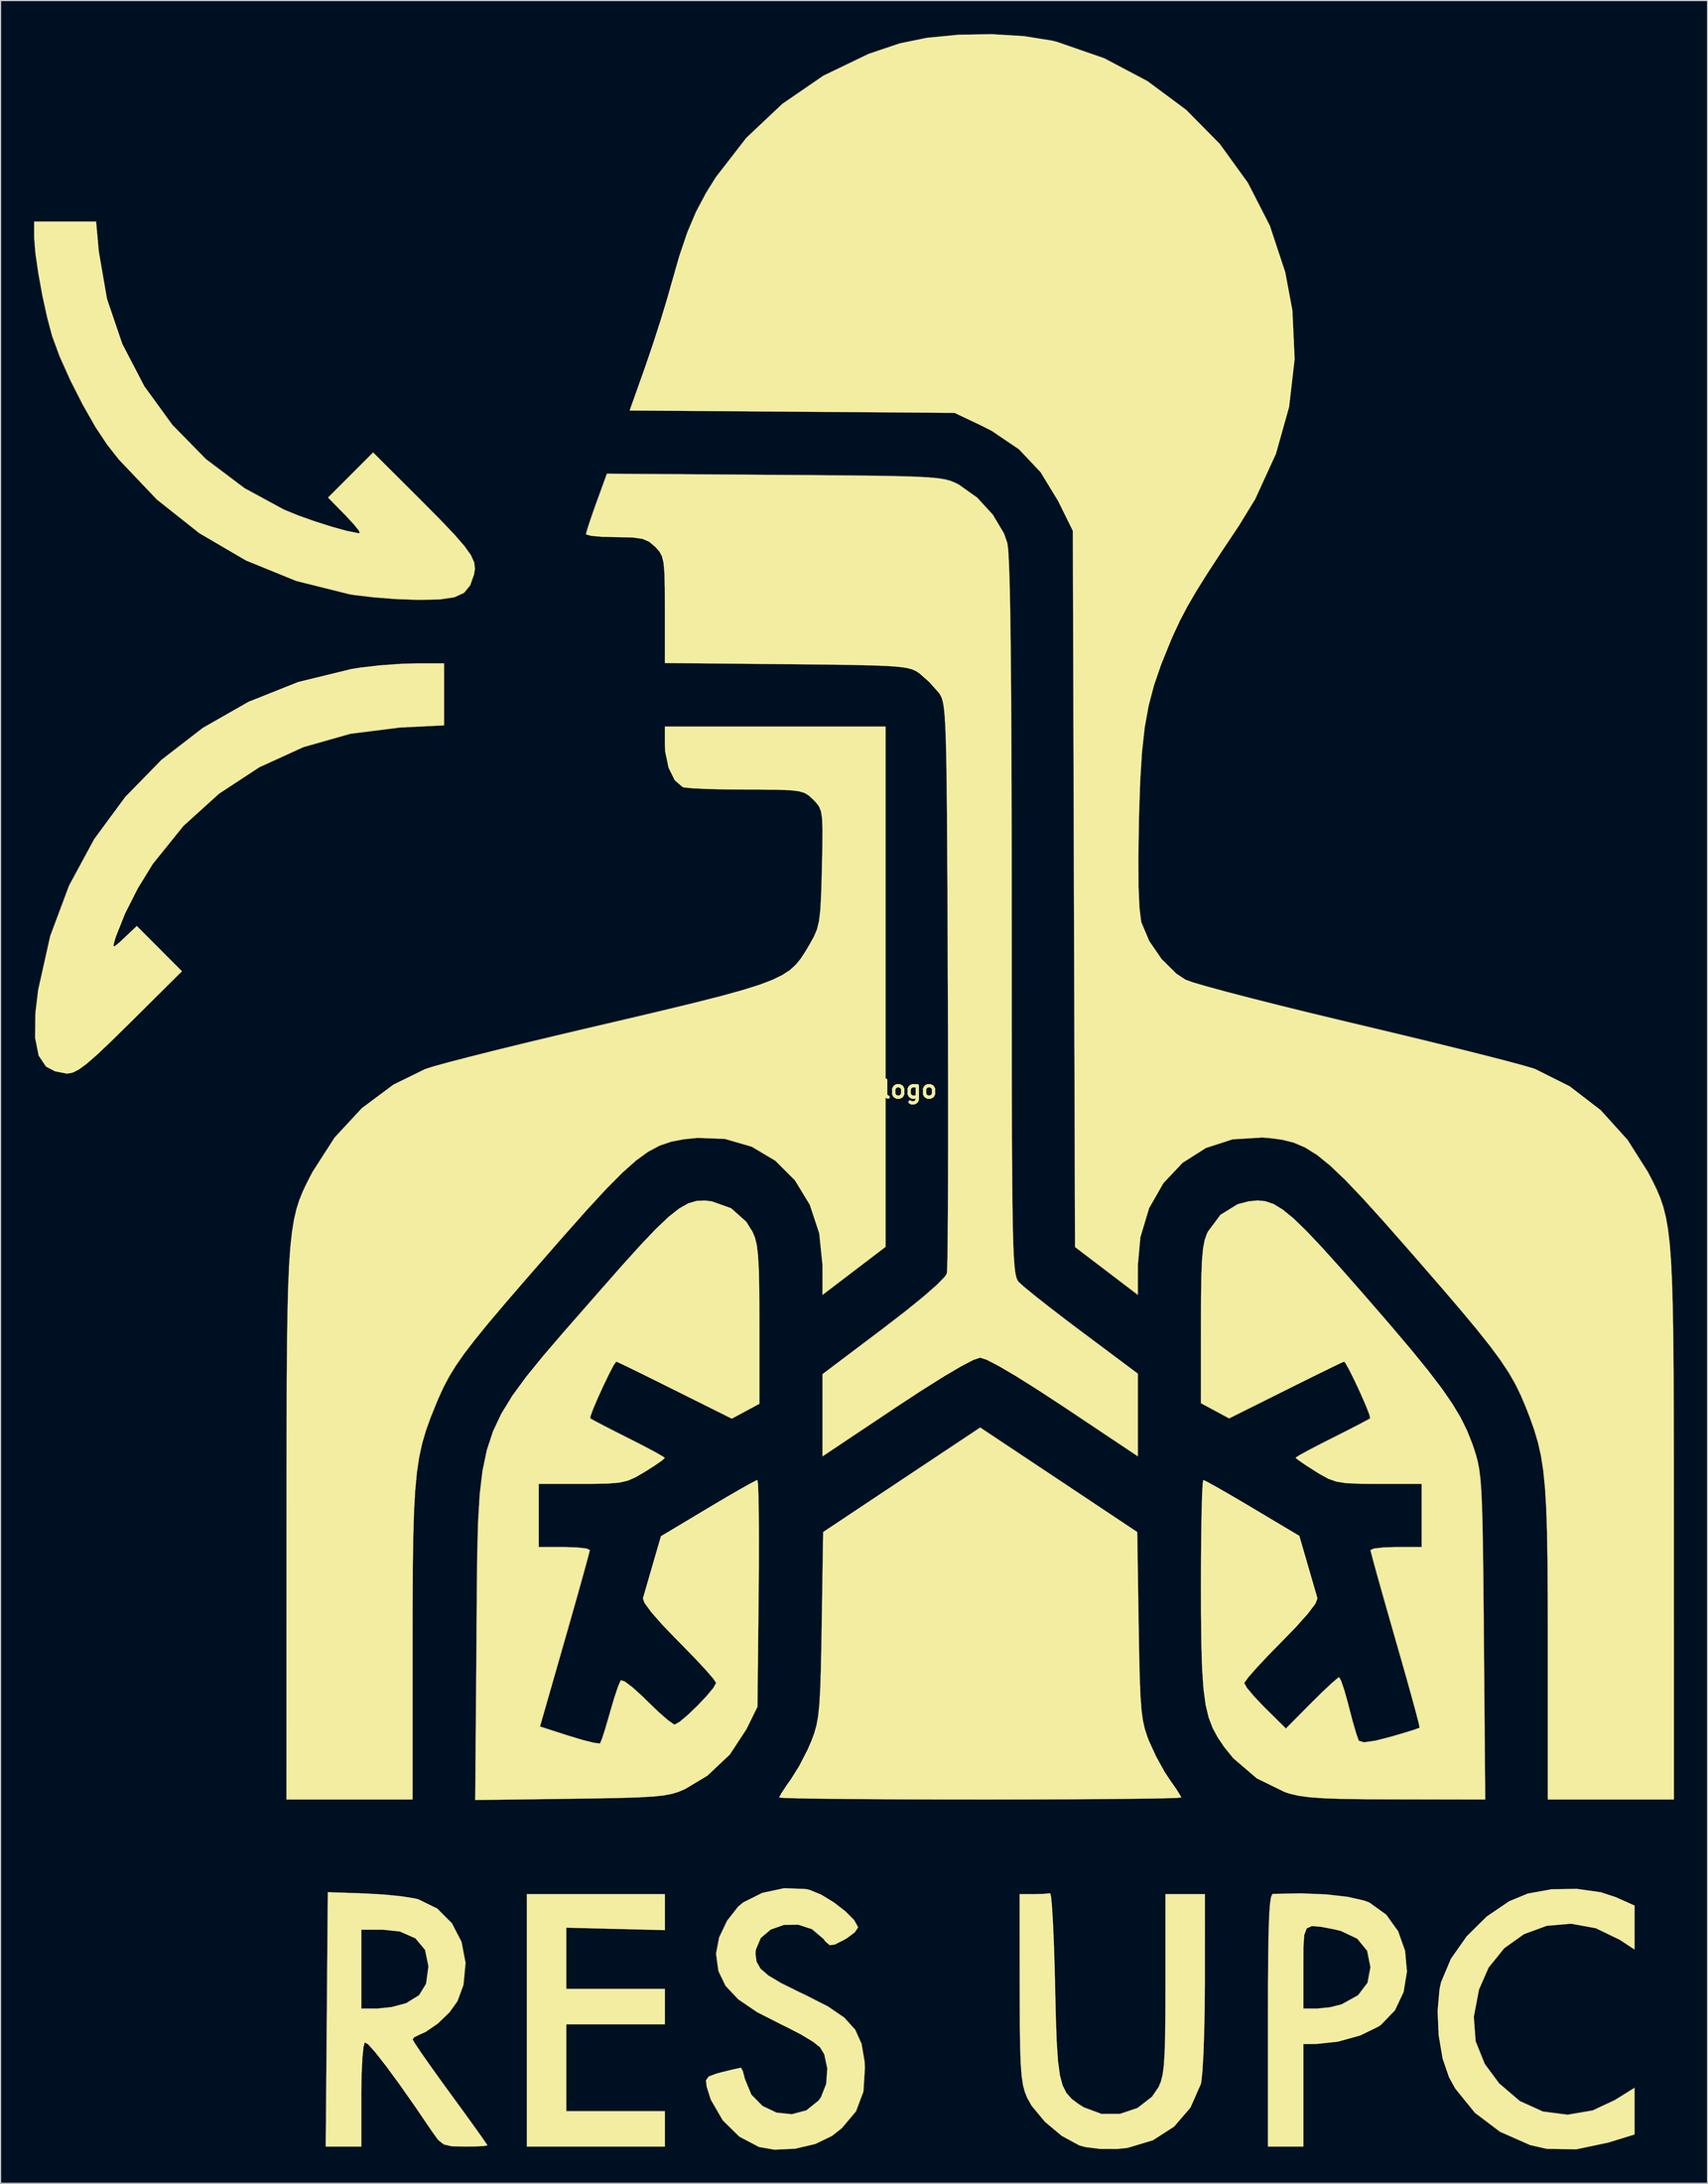
<source format=kicad_pcb>
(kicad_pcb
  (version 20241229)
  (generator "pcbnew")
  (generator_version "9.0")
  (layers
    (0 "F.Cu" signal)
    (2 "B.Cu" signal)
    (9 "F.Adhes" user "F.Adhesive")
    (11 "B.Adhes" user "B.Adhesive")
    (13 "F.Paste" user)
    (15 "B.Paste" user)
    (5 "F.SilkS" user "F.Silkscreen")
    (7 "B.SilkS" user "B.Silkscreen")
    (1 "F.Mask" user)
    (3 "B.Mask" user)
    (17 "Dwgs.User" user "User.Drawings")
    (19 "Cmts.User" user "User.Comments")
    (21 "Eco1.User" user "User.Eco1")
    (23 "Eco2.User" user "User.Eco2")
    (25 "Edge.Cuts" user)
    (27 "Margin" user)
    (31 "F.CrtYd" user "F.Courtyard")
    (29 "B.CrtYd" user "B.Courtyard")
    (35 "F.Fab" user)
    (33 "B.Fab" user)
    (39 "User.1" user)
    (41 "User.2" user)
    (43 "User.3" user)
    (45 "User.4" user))
  (footprint "res_upc_logo"
    (layer "F.Cu")
    (at 73.383 94.375)
    (property "Reference" "res_upc_logo" (at 0 0 0) (layer "F.SilkS") (effects (font (size 1.524 1.524) (thickness 0.3))))
    (attr through_hole)
    (fp_poly (pts (xy -16.933 75.182) (xy -21.344 75.074) (xy -25.754 74.965) (xy -25.753 77.699) (xy -25.753 80.433) (xy -16.933 80.433) (xy -16.933 83.608) (xy -25.753 83.608) (xy -25.753 91.369) (xy -16.933 91.369) (xy -16.933 94.544) (xy -29.281 94.544) (xy -29.281 71.967) (xy -16.933 71.967) (xy -16.933 75.182)) (stroke (width 0.01) (type solid)) (fill yes) (layer "F.SilkS"))
    (fp_poly (pts (xy 66.829 71.795) (xy 68.174 72.237) (xy 69.85 72.985) (xy 69.85 76.916) (xy 68.527 76.046) (xy 66.381 75.011) (xy 64.164 74.607) (xy 61.986 74.797) (xy 59.958 75.54) (xy 58.189 76.798) (xy 56.79 78.532) (xy 55.93 80.492) (xy 55.464 82.937) (xy 55.628 85.122) (xy 56.443 87.144) (xy 57.734 88.887) (xy 59.583 90.468) (xy 61.655 91.406) (xy 63.861 91.689) (xy 66.109 91.304) (xy 68.088 90.377) (xy 69.85 89.282) (xy 69.85 93.458) (xy 67.52 94.177) (xy 64.633 94.785) (xy 61.993 94.744) (xy 60.501 94.404) (xy 57.812 93.216) (xy 55.56 91.516) (xy 53.809 89.355) (xy 53.246 88.341) (xy 52.671 86.659) (xy 52.322 84.589) (xy 52.224 82.42) (xy 52.401 80.441) (xy 52.535 79.836) (xy 53.415 77.745) (xy 54.83 75.733) (xy 56.621 73.965) (xy 58.627 72.603) (xy 60.29 71.914) (xy 62.415 71.529) (xy 64.689 71.493) (xy 66.829 71.795)) (stroke (width 0.01) (type solid)) (fill yes) (layer "F.SilkS"))
    (fp_poly (pts (xy -36.689 -32.56) (xy -40.658 -32.362) (xy -45.072 -31.805) (xy -49.284 -30.609) (xy -53.224 -28.81) (xy -56.827 -26.447) (xy -60.024 -23.557) (xy -62.748 -20.176) (xy -62.781 -20.128) (xy -64.099 -17.98) (xy -65.24 -15.727) (xy -66.061 -13.658) (xy -66.14 -13.406) (xy -66.281 -12.88) (xy -66.188 -12.784) (xy -65.754 -13.14) (xy -65.296 -13.569) (xy -64.187 -14.614) (xy -62.168 -12.591) (xy -60.149 -10.569) (xy -64.761 -5.99) (xy -66.45 -4.33) (xy -67.732 -3.115) (xy -68.688 -2.281) (xy -69.4 -1.762) (xy -69.948 -1.494) (xy -70.412 -1.412) (xy -70.455 -1.411) (xy -71.515 -1.62) (xy -72.315 -2.042) (xy -72.975 -3.023) (xy -73.292 -4.62) (xy -73.266 -6.829) (xy -73.019 -8.897) (xy -71.941 -13.716) (xy -70.254 -18.226) (xy -68.003 -22.385) (xy -65.228 -26.151) (xy -61.973 -29.482) (xy -58.281 -32.333) (xy -54.194 -34.664) (xy -49.754 -36.431) (xy -45.004 -37.592) (xy -44.206 -37.721) (xy -42.446 -37.925) (xy -40.504 -38.063) (xy -39.179 -38.1) (xy -36.689 -38.1) (xy -36.689 -32.56)) (stroke (width 0.01) (type solid)) (fill yes) (layer "F.SilkS"))
    (fp_poly (pts (xy 42.237 71.985) (xy 44.2 72.208) (xy 45.682 72.547) (xy 46.131 72.724) (xy 47.628 73.799) (xy 48.694 75.283) (xy 49.316 77.029) (xy 49.483 78.888) (xy 49.184 80.713) (xy 48.41 82.354) (xy 47.147 83.664) (xy 46.953 83.799) (xy 45.297 84.605) (xy 43.298 85.158) (xy 41.363 85.364) (xy 40.217 85.372) (xy 40.217 94.544) (xy 37.042 94.544) (xy 37.042 83.256) (xy 37.048 79.991) (xy 37.06 78.342) (xy 40.217 78.342) (xy 40.217 78.493) (xy 40.217 82.197) (xy 41.428 82.197) (xy 42.606 82.081) (xy 43.633 81.821) (xy 45.105 81.005) (xy 45.953 79.889) (xy 46.214 78.493) (xy 45.918 77.027) (xy 45.031 75.946) (xy 43.556 75.251) (xy 42.969 75.113) (xy 41.766 74.882) (xy 40.976 74.818) (xy 40.513 75.025) (xy 40.289 75.611) (xy 40.22 76.681) (xy 40.217 78.342) (xy 37.06 78.342) (xy 37.067 77.374) (xy 37.101 75.346) (xy 37.154 73.849) (xy 37.226 72.824) (xy 37.321 72.214) (xy 37.441 71.96) (xy 37.483 71.944) (xy 39.947 71.893) (xy 42.237 71.985)) (stroke (width 0.01) (type solid)) (fill yes) (layer "F.SilkS"))
    (fp_poly (pts (xy 18.317 34.907) (xy 25.345 39.58) (xy 25.474 47.924) (xy 25.52 50.61) (xy 25.572 52.695) (xy 25.638 54.288) (xy 25.728 55.493) (xy 25.851 56.417) (xy 26.018 57.166) (xy 26.237 57.845) (xy 26.395 58.259) (xy 27.036 59.657) (xy 27.805 61.044) (xy 28.234 61.696) (xy 28.833 62.555) (xy 29.212 63.162) (xy 29.281 63.321) (xy 28.939 63.355) (xy 27.958 63.388) (xy 26.403 63.418) (xy 24.342 63.444) (xy 21.839 63.466) (xy 18.961 63.483) (xy 15.775 63.494) (xy 12.346 63.5) (xy 11.289 63.5) (xy 7.801 63.497) (xy 4.535 63.487) (xy 1.559 63.471) (xy -1.062 63.451) (xy -3.262 63.426) (xy -4.974 63.397) (xy -6.133 63.365) (xy -6.672 63.331) (xy -6.703 63.321) (xy -6.513 62.956) (xy -6.029 62.222) (xy -5.656 61.696) (xy -4.915 60.512) (xy -4.172 59.071) (xy -3.817 58.259) (xy -3.563 57.571) (xy -3.366 56.876) (xy -3.219 56.069) (xy -3.11 55.043) (xy -3.031 53.694) (xy -2.972 51.913) (xy -2.924 49.597) (xy -2.896 47.924) (xy -2.767 39.58) (xy 4.261 34.907) (xy 11.289 30.233) (xy 18.317 34.907)) (stroke (width 0.01) (type solid)) (fill yes) (layer "F.SilkS"))
    (fp_poly (pts (xy -67.587 -74.926) (xy -66.859 -70.705) (xy -65.485 -66.667) (xy -63.516 -62.884) (xy -61.004 -59.427) (xy -57.999 -56.366) (xy -54.553 -53.772) (xy -51.022 -51.853) (xy -49.77 -51.34) (xy -48.283 -50.811) (xy -46.764 -50.328) (xy -45.42 -49.956) (xy -44.453 -49.758) (xy -44.237 -49.742) (xy -44.312 -49.967) (xy -44.786 -50.555) (xy -45.514 -51.335) (xy -47.077 -52.928) (xy -43.041 -56.964) (xy -38.839 -52.774) (xy -37.078 -51.001) (xy -35.772 -49.631) (xy -34.862 -48.585) (xy -34.289 -47.781) (xy -33.997 -47.138) (xy -33.926 -46.575) (xy -34.007 -46.056) (xy -34.357 -45.072) (xy -34.905 -44.408) (xy -35.775 -44.009) (xy -37.092 -43.818) (xy -38.979 -43.78) (xy -39.07 -43.781) (xy -40.962 -43.85) (xy -42.964 -44.004) (xy -44.723 -44.212) (xy -45.156 -44.282) (xy -49.919 -45.471) (xy -54.414 -47.3) (xy -58.59 -49.738) (xy -62.397 -52.754) (xy -65.786 -56.318) (xy -66.84 -57.656) (xy -67.892 -59.238) (xy -69.034 -61.243) (xy -70.142 -63.424) (xy -71.091 -65.536) (xy -71.755 -67.332) (xy -71.772 -67.385) (xy -72.214 -69.043) (xy -72.637 -70.975) (xy -72.999 -72.951) (xy -73.259 -74.743) (xy -73.375 -76.121) (xy -73.377 -76.288) (xy -73.378 -77.611) (xy -67.831 -77.611) (xy -67.587 -74.926)) (stroke (width 0.01) (type solid)) (fill yes) (layer "F.SilkS"))
    (fp_poly (pts (xy 17.632 72.189) (xy 17.718 73.11) (xy 17.804 74.544) (xy 17.885 76.396) (xy 17.955 78.569) (xy 17.992 80.097) (xy 18.058 82.938) (xy 18.138 85.166) (xy 18.251 86.869) (xy 18.421 88.141) (xy 18.667 89.071) (xy 19.012 89.752) (xy 19.477 90.274) (xy 20.084 90.728) (xy 20.568 91.032) (xy 22.135 91.613) (xy 23.798 91.613) (xy 25.37 91.085) (xy 26.664 90.079) (xy 27.252 89.223) (xy 27.455 88.745) (xy 27.609 88.145) (xy 27.72 87.324) (xy 27.795 86.186) (xy 27.841 84.632) (xy 27.863 82.565) (xy 27.869 79.992) (xy 27.869 71.967) (xy 31.397 71.967) (xy 31.395 79.816) (xy 31.379 82.181) (xy 31.334 84.379) (xy 31.266 86.287) (xy 31.18 87.782) (xy 31.08 88.742) (xy 31.039 88.941) (xy 30.108 91.051) (xy 28.647 92.752) (xy 26.744 93.976) (xy 24.486 94.655) (xy 23.567 94.755) (xy 22.043 94.752) (xy 20.703 94.587) (xy 20.157 94.436) (xy 18.588 93.583) (xy 17.087 92.329) (xy 15.897 90.898) (xy 15.488 90.168) (xy 15.277 89.634) (xy 15.116 89.017) (xy 14.998 88.217) (xy 14.917 87.136) (xy 14.865 85.675) (xy 14.837 83.735) (xy 14.826 81.218) (xy 14.824 80.345) (xy 14.817 71.967) (xy 16.051 71.967) (xy 16.954 71.943) (xy 17.521 71.887) (xy 17.551 71.878) (xy 17.632 72.189)) (stroke (width 0.01) (type solid)) (fill yes) (layer "F.SilkS"))
    (fp_poly (pts (xy -43.744 71.905) (xy -42.092 71.999) (xy -40.54 72.153) (xy -39.341 72.34) (xy -39.007 72.42) (xy -37.3 73.253) (xy -35.989 74.567) (xy -35.128 76.231) (xy -34.766 78.113) (xy -34.954 80.079) (xy -35.492 81.538) (xy -36.211 82.543) (xy -37.254 83.542) (xy -38.348 84.292) (xy -38.804 84.49) (xy -39.37 84.769) (xy -39.504 84.955) (xy -39.303 85.307) (xy -38.753 86.125) (xy -37.924 87.307) (xy -36.887 88.752) (xy -36.153 89.76) (xy -35.023 91.308) (xy -34.056 92.645) (xy -33.323 93.674) (xy -32.892 94.295) (xy -32.808 94.434) (xy -33.128 94.493) (xy -33.957 94.532) (xy -34.837 94.542) (xy -36.006 94.512) (xy -36.72 94.349) (xy -37.228 93.941) (xy -37.747 93.224) (xy -39.3 90.943) (xy -40.693 88.961) (xy -41.883 87.339) (xy -42.824 86.136) (xy -43.472 85.409) (xy -43.78 85.218) (xy -43.899 85.625) (xy -43.997 86.599) (xy -44.066 88.001) (xy -44.097 89.691) (xy -44.097 89.979) (xy -44.097 94.544) (xy -47.282 94.544) (xy -47.189 83.167) (xy -47.123 75.142) (xy -44.097 75.142) (xy -44.097 82.197) (xy -42.675 82.197) (xy -41.393 82.064) (xy -40.163 81.74) (xy -40.057 81.698) (xy -38.928 81) (xy -38.306 79.987) (xy -38.101 78.508) (xy -38.1 78.371) (xy -38.396 76.946) (xy -39.259 75.913) (xy -40.651 75.304) (xy -42.184 75.142) (xy -44.097 75.142) (xy -47.123 75.142) (xy -47.096 71.79) (xy -43.744 71.905)) (stroke (width 0.01) (type solid)) (fill yes) (layer "F.SilkS"))
    (fp_poly (pts (xy -4.332 71.507) (xy -3.949 71.594) (xy -2.933 72.015) (xy -1.818 72.694) (xy -0.78 73.493) (xy 0.001 74.274) (xy 0.349 74.896) (xy 0.353 74.951) (xy 0.068 75.377) (xy -0.64 75.907) (xy -0.901 76.056) (xy -1.715 76.467) (xy -2.172 76.529) (xy -2.536 76.228) (xy -2.753 75.954) (xy -3.765 75.096) (xy -4.996 74.696) (xy -6.279 74.718) (xy -7.45 75.125) (xy -8.344 75.881) (xy -8.795 76.949) (xy -8.819 77.295) (xy -8.725 78.001) (xy -8.376 78.621) (xy -7.676 79.232) (xy -6.53 79.916) (xy -4.842 80.752) (xy -4.393 80.961) (xy -2.335 82.008) (xy -0.869 83.01) (xy 0.102 84.083) (xy 0.673 85.344) (xy 0.94 86.909) (xy 0.975 87.45) (xy 0.842 89.617) (xy 0.175 91.389) (xy -1.089 92.89) (xy -1.977 93.588) (xy -3.463 94.309) (xy -5.288 94.734) (xy -7.137 94.817) (xy -8.497 94.581) (xy -10.264 93.654) (xy -11.75 92.193) (xy -12.817 90.352) (xy -13.184 89.206) (xy -13.255 88.62) (xy -13.013 88.272) (xy -12.302 88.005) (xy -11.835 87.883) (xy -10.869 87.647) (xy -10.233 87.506) (xy -10.118 87.489) (xy -9.95 87.791) (xy -9.762 88.508) (xy -9.187 89.896) (xy -8.191 90.907) (xy -6.934 91.503) (xy -5.574 91.646) (xy -4.268 91.299) (xy -3.176 90.423) (xy -2.969 90.139) (xy -2.495 88.937) (xy -2.395 87.555) (xy -2.666 86.287) (xy -3.039 85.666) (xy -3.671 85.165) (xy -4.745 84.517) (xy -6.053 83.843) (xy -6.35 83.704) (xy -8.677 82.521) (xy -10.372 81.365) (xy -11.504 80.162) (xy -12.14 78.84) (xy -12.347 77.326) (xy -12.347 77.256) (xy -12.075 75.835) (xy -11.365 74.346) (xy -10.381 73.09) (xy -9.923 72.704) (xy -8.215 71.852) (xy -6.249 71.433) (xy -4.332 71.507)) (stroke (width 0.01) (type solid)) (fill yes) (layer "F.SilkS"))
    (fp_poly (pts (xy 2.822 14.079) (xy 0 16.228) (xy -2.822 18.376) (xy -2.822 15.728) (xy -3.118 12.869) (xy -3.962 10.316) (xy -5.292 8.13) (xy -7.045 6.378) (xy -9.159 5.121) (xy -11.571 4.424) (xy -14.025 4.334) (xy -15.271 4.463) (xy -16.373 4.676) (xy -17.401 5.027) (xy -18.424 5.572) (xy -19.515 6.364) (xy -20.743 7.457) (xy -22.179 8.905) (xy -23.894 10.762) (xy -25.958 13.083) (xy -27.023 14.297) (xy -29.327 16.938) (xy -31.214 19.122) (xy -32.736 20.922) (xy -33.946 22.406) (xy -34.897 23.646) (xy -35.641 24.712) (xy -36.233 25.675) (xy -36.724 26.604) (xy -37.168 27.57) (xy -37.396 28.108) (xy -37.896 29.347) (xy -38.311 30.501) (xy -38.649 31.651) (xy -38.916 32.876) (xy -39.123 34.258) (xy -39.275 35.876) (xy -39.382 37.812) (xy -39.451 40.145) (xy -39.491 42.957) (xy -39.508 46.327) (xy -39.511 49.588) (xy -39.511 63.5) (xy -50.8 63.5) (xy -50.794 39.07) (xy -50.792 34.04) (xy -50.786 29.661) (xy -50.772 25.881) (xy -50.746 22.644) (xy -50.705 19.897) (xy -50.644 17.587) (xy -50.559 15.659) (xy -50.446 14.059) (xy -50.302 12.735) (xy -50.122 11.631) (xy -49.903 10.694) (xy -49.64 9.87) (xy -49.33 9.106) (xy -48.968 8.346) (xy -48.551 7.539) (xy -48.468 7.381) (xy -46.486 4.299) (xy -44.046 1.672) (xy -41.23 -0.426) (xy -38.366 -1.829) (xy -37.612 -2.066) (xy -36.264 -2.436) (xy -34.415 -2.917) (xy -32.159 -3.485) (xy -29.59 -4.115) (xy -26.8 -4.785) (xy -24.572 -5.311) (xy -20.524 -6.258) (xy -17.103 -7.067) (xy -14.25 -7.758) (xy -11.906 -8.354) (xy -10.012 -8.876) (xy -8.507 -9.347) (xy -7.334 -9.79) (xy -6.432 -10.225) (xy -5.743 -10.675) (xy -5.207 -11.163) (xy -4.764 -11.709) (xy -4.356 -12.337) (xy -3.977 -12.977) (xy -3.594 -13.665) (xy -3.322 -14.306) (xy -3.139 -15.044) (xy -3.022 -16.023) (xy -2.947 -17.385) (xy -2.891 -19.274) (xy -2.878 -19.828) (xy -2.835 -21.84) (xy -2.825 -23.271) (xy -2.864 -24.247) (xy -2.967 -24.891) (xy -3.152 -25.329) (xy -3.433 -25.685) (xy -3.656 -25.913) (xy -4.032 -26.264) (xy -4.426 -26.509) (xy -4.963 -26.667) (xy -5.771 -26.757) (xy -6.976 -26.799) (xy -8.705 -26.811) (xy -9.656 -26.811) (xy -11.522 -26.826) (xy -13.164 -26.866) (xy -14.44 -26.926) (xy -15.206 -27.001) (xy -15.33 -27.03) (xy -16.048 -27.645) (xy -16.599 -28.764) (xy -16.901 -30.192) (xy -16.933 -30.851) (xy -16.933 -32.456) (xy 2.822 -32.456) (xy 2.822 14.079)) (stroke (width 0.01) (type solid)) (fill yes) (layer "F.SilkS"))
    (fp_poly (pts (xy -7.091 -54.959) (xy -3.44 -54.934) (xy -0.425 -54.908) (xy 2.021 -54.88) (xy 3.967 -54.844) (xy 5.483 -54.798) (xy 6.636 -54.737) (xy 7.496 -54.659) (xy 8.13 -54.559) (xy 8.608 -54.433) (xy 8.998 -54.279) (xy 9.369 -54.091) (xy 9.399 -54.075) (xy 11.019 -52.924) (xy 12.42 -51.4) (xy 13.419 -49.725) (xy 13.722 -48.859) (xy 13.798 -48.262) (xy 13.865 -47.099) (xy 13.924 -45.357) (xy 13.975 -43.019) (xy 14.017 -40.069) (xy 14.051 -36.492) (xy 14.078 -32.273) (xy 14.096 -27.395) (xy 14.107 -21.844) (xy 14.111 -15.603) (xy 14.111 -15.405) (xy 14.112 -9.921) (xy 14.114 -5.1) (xy 14.119 -0.897) (xy 14.128 2.732) (xy 14.141 5.828) (xy 14.159 8.438) (xy 14.183 10.602) (xy 14.213 12.367) (xy 14.251 13.774) (xy 14.298 14.867) (xy 14.354 15.691) (xy 14.42 16.288) (xy 14.497 16.702) (xy 14.585 16.976) (xy 14.687 17.155) (xy 14.728 17.207) (xy 15.206 17.643) (xy 16.147 18.414) (xy 17.444 19.436) (xy 18.991 20.625) (xy 20.373 21.665) (xy 25.4 25.419) (xy 25.4 32.814) (xy 18.787 28.401) (xy 16.475 26.886) (xy 14.512 25.654) (xy 12.953 24.738) (xy 11.855 24.172) (xy 11.289 23.989) (xy 10.683 24.191) (xy 9.562 24.774) (xy 7.983 25.705) (xy 6.002 26.951) (xy 3.791 28.401) (xy -2.822 32.814) (xy -2.822 25.459) (xy 2.648 21.336) (xy 4.583 19.845) (xy 6.181 18.549) (xy 7.377 17.505) (xy 8.105 16.767) (xy 8.304 16.455) (xy 8.333 15.985) (xy 8.359 14.866) (xy 8.379 13.159) (xy 8.395 10.921) (xy 8.407 8.211) (xy 8.413 5.086) (xy 8.415 1.605) (xy 8.411 -2.174) (xy 8.401 -6.192) (xy 8.39 -9.411) (xy 8.37 -14.224) (xy 8.352 -18.381) (xy 8.333 -21.933) (xy 8.311 -24.931) (xy 8.285 -27.423) (xy 8.255 -29.461) (xy 8.217 -31.094) (xy 8.17 -32.373) (xy 8.113 -33.348) (xy 8.044 -34.069) (xy 7.962 -34.587) (xy 7.865 -34.95) (xy 7.751 -35.211) (xy 7.619 -35.418) (xy 7.563 -35.495) (xy 6.723 -36.437) (xy 5.862 -37.196) (xy 5.557 -37.401) (xy 5.197 -37.565) (xy 4.703 -37.692) (xy 3.994 -37.79) (xy 2.991 -37.863) (xy 1.612 -37.917) (xy -0.221 -37.958) (xy -2.589 -37.991) (xy -5.571 -38.022) (xy -6.022 -38.026) (xy -16.933 -38.129) (xy -16.933 -42.893) (xy -16.939 -44.818) (xy -16.971 -46.169) (xy -17.048 -47.078) (xy -17.191 -47.679) (xy -17.421 -48.103) (xy -17.758 -48.481) (xy -17.799 -48.523) (xy -18.332 -48.975) (xy -18.94 -49.237) (xy -19.827 -49.358) (xy -21.199 -49.389) (xy -21.327 -49.389) (xy -22.596 -49.421) (xy -23.537 -49.506) (xy -23.978 -49.628) (xy -23.991 -49.653) (xy -23.878 -50.09) (xy -23.579 -51.007) (xy -23.153 -52.222) (xy -23.056 -52.49) (xy -22.12 -55.062) (xy -7.091 -54.959)) (stroke (width 0.01) (type solid)) (fill yes) (layer "F.SilkS"))
    (fp_poly (pts (xy 15.189 -94.197) (xy 17.711 -93.795) (xy 18.154 -93.686) (xy 22.389 -92.217) (xy 26.26 -90.172) (xy 29.722 -87.601) (xy 32.731 -84.555) (xy 35.243 -81.086) (xy 37.212 -77.244) (xy 38.593 -73.08) (xy 39.233 -69.654) (xy 39.432 -65.313) (xy 38.936 -61.027) (xy 37.757 -56.84) (xy 35.904 -52.795) (xy 34.46 -50.433) (xy 32.856 -48.034) (xy 31.593 -46.099) (xy 30.604 -44.514) (xy 29.823 -43.168) (xy 29.182 -41.948) (xy 28.616 -40.74) (xy 28.312 -40.04) (xy 27.489 -38.005) (xy 26.848 -36.145) (xy 26.366 -34.316) (xy 26.015 -32.374) (xy 25.772 -30.177) (xy 25.611 -27.581) (xy 25.507 -24.442) (xy 25.497 -23.989) (xy 25.447 -20.711) (xy 25.463 -18.134) (xy 25.544 -16.253) (xy 25.69 -15.066) (xy 25.725 -14.92) (xy 26.421 -13.268) (xy 27.521 -11.666) (xy 28.834 -10.362) (xy 29.668 -9.814) (xy 30.282 -9.592) (xy 31.503 -9.232) (xy 33.251 -8.756) (xy 35.444 -8.184) (xy 38.002 -7.537) (xy 40.845 -6.837) (xy 43.892 -6.103) (xy 45.078 -5.822) (xy 48.203 -5.078) (xy 51.174 -4.36) (xy 53.907 -3.688) (xy 56.317 -3.084) (xy 58.321 -2.568) (xy 59.835 -2.162) (xy 60.776 -1.887) (xy 60.954 -1.825) (xy 64.039 -0.284) (xy 66.824 1.855) (xy 69.229 4.515) (xy 71.046 7.381) (xy 71.473 8.203) (xy 71.845 8.967) (xy 72.164 9.727) (xy 72.435 10.535) (xy 72.662 11.447) (xy 72.849 12.517) (xy 73 13.797) (xy 73.118 15.341) (xy 73.208 17.205) (xy 73.273 19.441) (xy 73.318 22.103) (xy 73.346 25.246) (xy 73.362 28.922) (xy 73.369 33.187) (xy 73.371 38.093) (xy 73.372 39.07) (xy 73.378 63.5) (xy 62.089 63.5) (xy 62.089 49.588) (xy 62.084 45.714) (xy 62.064 42.466) (xy 62.022 39.761) (xy 61.949 37.52) (xy 61.839 35.662) (xy 61.684 34.107) (xy 61.477 32.774) (xy 61.209 31.583) (xy 60.873 30.452) (xy 60.463 29.301) (xy 60.109 28.396) (xy 59.662 27.342) (xy 59.173 26.341) (xy 58.586 25.323) (xy 57.851 24.216) (xy 56.915 22.95) (xy 55.724 21.454) (xy 54.227 19.659) (xy 52.371 17.493) (xy 50.103 14.886) (xy 49.677 14.399) (xy 47.404 11.819) (xy 45.512 9.729) (xy 43.934 8.075) (xy 42.598 6.804) (xy 41.437 5.864) (xy 40.382 5.202) (xy 39.362 4.764) (xy 38.31 4.497) (xy 37.155 4.348) (xy 36.53 4.302) (xy 33.885 4.461) (xy 31.487 5.237) (xy 29.4 6.565) (xy 27.686 8.381) (xy 26.407 10.622) (xy 25.626 13.222) (xy 25.4 15.728) (xy 25.4 18.376) (xy 22.587 16.235) (xy 19.774 14.093) (xy 19.676 -17.931) (xy 19.579 -49.955) (xy 18.262 -52.621) (xy 16.695 -55.197) (xy 14.757 -57.246) (xy 12.325 -58.891) (xy 11.352 -59.385) (xy 8.996 -60.501) (xy -5.543 -60.608) (xy -20.082 -60.714) (xy -18.68 -64.665) (xy -18.003 -66.645) (xy -17.313 -68.79) (xy -16.707 -70.788) (xy -16.411 -71.837) (xy -15.65 -74.501) (xy -14.921 -76.654) (xy -14.146 -78.481) (xy -13.25 -80.17) (xy -12.38 -81.565) (xy -9.644 -85.095) (xy -6.416 -88.138) (xy -2.749 -90.655) (xy 1.304 -92.608) (xy 4.087 -93.547) (xy 6.501 -94.042) (xy 9.327 -94.318) (xy 12.308 -94.37) (xy 15.189 -94.197)) (stroke (width 0.01) (type solid)) (fill yes) (layer "F.SilkS"))
    (fp_poly (pts (xy -12.725 10.01) (xy -11 10.626) (xy -9.648 11.83) (xy -9.085 12.725) (xy -8.869 13.239) (xy -8.709 13.885) (xy -8.597 14.769) (xy -8.524 15.998) (xy -8.484 17.676) (xy -8.469 19.91) (xy -8.467 21.023) (xy -8.467 28.111) (xy -9.704 28.777) (xy -10.941 29.443) (xy -16.057 26.893) (xy -17.783 26.035) (xy -19.274 25.3) (xy -20.421 24.741) (xy -21.117 24.41) (xy -21.278 24.342) (xy -21.493 24.634) (xy -21.891 25.385) (xy -22.386 26.406) (xy -22.89 27.508) (xy -23.317 28.501) (xy -23.578 29.197) (xy -23.613 29.41) (xy -23.252 29.617) (xy -22.399 30.066) (xy -21.194 30.682) (xy -20.197 31.184) (xy -18.845 31.872) (xy -17.767 32.446) (xy -17.093 32.834) (xy -16.933 32.958) (xy -17.208 33.203) (xy -17.921 33.694) (xy -18.703 34.189) (xy -19.521 34.669) (xy -20.227 34.983) (xy -21.006 35.165) (xy -22.041 35.251) (xy -23.518 35.276) (xy -24.347 35.278) (xy -28.222 35.278) (xy -28.222 40.922) (xy -25.929 40.922) (xy -24.763 40.959) (xy -23.94 41.056) (xy -23.644 41.187) (xy -23.74 41.588) (xy -24.004 42.568) (xy -24.408 44.027) (xy -24.926 45.867) (xy -25.529 47.988) (xy -25.879 49.212) (xy -28.106 56.974) (xy -25.503 57.811) (xy -24.251 58.186) (xy -23.281 58.427) (xy -22.765 58.492) (xy -22.73 58.478) (xy -22.562 58.08) (xy -22.27 57.179) (xy -21.912 55.955) (xy -21.841 55.701) (xy -21.465 54.42) (xy -21.127 53.412) (xy -20.891 52.866) (xy -20.865 52.832) (xy -20.52 52.945) (xy -19.821 53.471) (xy -18.896 54.31) (xy -18.518 54.684) (xy -17.518 55.651) (xy -16.679 56.386) (xy -16.14 56.768) (xy -16.049 56.797) (xy -15.614 56.556) (xy -14.886 55.943) (xy -14.031 55.123) (xy -13.213 54.262) (xy -12.597 53.525) (xy -12.347 53.079) (xy -12.347 53.074) (xy -12.585 52.709) (xy -13.235 51.955) (xy -14.204 50.913) (xy -15.401 49.687) (xy -15.697 49.39) (xy -17.112 47.93) (xy -18.15 46.75) (xy -18.758 45.915) (xy -18.895 45.517) (xy -18.726 44.927) (xy -18.422 43.877) (xy -18.047 42.585) (xy -18.013 42.466) (xy -17.283 39.953) (xy -13.079 37.439) (xy -11.54 36.528) (xy -10.221 35.765) (xy -9.238 35.214) (xy -8.706 34.942) (xy -8.651 34.925) (xy -8.597 35.263) (xy -8.555 36.219) (xy -8.527 37.703) (xy -8.512 39.629) (xy -8.513 41.909) (xy -8.529 44.453) (xy -8.535 45.067) (xy -8.643 55.21) (xy -9.624 57.207) (xy -11.118 59.482) (xy -13.124 61.372) (xy -15.126 62.57) (xy -15.69 62.808) (xy -16.286 62.993) (xy -17.014 63.133) (xy -17.975 63.235) (xy -19.267 63.309) (xy -20.992 63.363) (xy -23.247 63.406) (xy -25.33 63.435) (xy -33.903 63.546) (xy -33.788 48.971) (xy -33.76 44.941) (xy -33.724 41.527) (xy -33.647 38.64) (xy -33.499 36.192) (xy -33.249 34.092) (xy -32.864 32.252) (xy -32.314 30.583) (xy -31.567 28.997) (xy -30.591 27.402) (xy -29.356 25.712) (xy -27.83 23.837) (xy -25.982 21.687) (xy -23.779 19.173) (xy -22.948 18.225) (xy -20.838 15.829) (xy -19.116 13.925) (xy -17.719 12.459) (xy -16.583 11.382) (xy -15.643 10.643) (xy -14.837 10.189) (xy -14.102 9.971) (xy -13.372 9.936) (xy -12.725 10.01)) (stroke (width 0.01) (type solid)) (fill yes) (layer "F.SilkS"))
    (fp_poly (pts (xy 36.802 9.994) (xy 37.545 10.248) (xy 38.369 10.747) (xy 39.338 11.54) (xy 40.514 12.679) (xy 41.962 14.215) (xy 43.745 16.2) (xy 45.526 18.225) (xy 47.885 20.942) (xy 49.816 23.217) (xy 51.369 25.123) (xy 52.6 26.735) (xy 53.559 28.125) (xy 54.3 29.367) (xy 54.875 30.534) (xy 55.337 31.7) (xy 55.467 32.077) (xy 55.66 32.68) (xy 55.818 33.279) (xy 55.947 33.949) (xy 56.05 34.764) (xy 56.132 35.798) (xy 56.195 37.126) (xy 56.244 38.821) (xy 56.283 40.958) (xy 56.317 43.611) (xy 56.348 46.854) (xy 56.366 48.948) (xy 56.487 63.5) (xy 48.44 63.488) (xy 45.726 63.477) (xy 43.612 63.446) (xy 41.992 63.39) (xy 40.762 63.3) (xy 39.814 63.172) (xy 39.045 62.996) (xy 38.57 62.847) (xy 36.049 61.617) (xy 33.945 59.82) (xy 33.134 58.82) (xy 32.551 57.959) (xy 32.087 57.101) (xy 31.728 56.153) (xy 31.462 55.025) (xy 31.274 53.625) (xy 31.151 51.862) (xy 31.081 49.645) (xy 31.05 46.882) (xy 31.044 44.386) (xy 31.052 41.885) (xy 31.073 39.632) (xy 31.105 37.719) (xy 31.148 36.236) (xy 31.197 35.274) (xy 31.252 34.925) (xy 31.253 34.925) (xy 31.616 35.096) (xy 32.467 35.566) (xy 33.691 36.268) (xy 35.172 37.136) (xy 35.657 37.425) (xy 39.852 39.924) (xy 40.586 42.452) (xy 40.965 43.758) (xy 41.279 44.842) (xy 41.464 45.486) (xy 41.473 45.517) (xy 41.289 45.994) (xy 40.627 46.872) (xy 39.542 48.088) (xy 38.275 49.39) (xy 37.039 50.647) (xy 36.009 51.746) (xy 35.277 52.582) (xy 34.938 53.053) (xy 34.925 53.098) (xy 35.16 53.511) (xy 35.781 54.256) (xy 36.661 55.183) (xy 36.788 55.31) (xy 38.65 57.149) (xy 40.923 54.856) (xy 41.943 53.85) (xy 42.777 53.068) (xy 43.302 52.624) (xy 43.411 52.564) (xy 43.591 52.88) (xy 43.876 53.718) (xy 44.21 54.912) (xy 44.287 55.219) (xy 44.632 56.535) (xy 44.942 57.596) (xy 45.157 58.205) (xy 45.182 58.251) (xy 45.628 58.386) (xy 46.652 58.241) (xy 47.975 57.904) (xy 49.211 57.544) (xy 50.143 57.255) (xy 50.598 57.089) (xy 50.616 57.077) (xy 50.546 56.723) (xy 50.304 55.789) (xy 49.918 54.371) (xy 49.414 52.564) (xy 48.817 50.465) (xy 48.457 49.212) (xy 47.817 46.982) (xy 47.247 44.979) (xy 46.777 43.302) (xy 46.433 42.052) (xy 46.244 41.326) (xy 46.216 41.187) (xy 46.536 41.052) (xy 47.378 40.957) (xy 48.507 40.922) (xy 50.8 40.922) (xy 50.8 35.278) (xy 46.943 35.278) (xy 45.224 35.268) (xy 44.025 35.212) (xy 43.162 35.076) (xy 42.449 34.822) (xy 41.702 34.414) (xy 41.298 34.167) (xy 40.35 33.559) (xy 39.702 33.108) (xy 39.511 32.936) (xy 39.806 32.739) (xy 40.601 32.301) (xy 41.766 31.694) (xy 42.774 31.184) (xy 44.145 30.492) (xy 45.263 29.917) (xy 45.99 29.53) (xy 46.191 29.41) (xy 46.112 29.065) (xy 45.803 28.28) (xy 45.35 27.243) (xy 44.84 26.144) (xy 44.36 25.171) (xy 43.998 24.514) (xy 43.856 24.342) (xy 43.521 24.491) (xy 42.664 24.903) (xy 41.391 25.526) (xy 39.812 26.307) (xy 38.658 26.881) (xy 33.566 29.42) (xy 31.044 28.062) (xy 31.045 20.998) (xy 31.053 18.507) (xy 31.082 16.616) (xy 31.141 15.218) (xy 31.236 14.207) (xy 31.376 13.477) (xy 31.569 12.921) (xy 31.662 12.725) (xy 32.789 11.214) (xy 34.317 10.271) (xy 35.303 10.01) (xy 36.076 9.931) (xy 36.802 9.994)) (stroke (width 0.01) (type solid)) (fill yes) (layer "F.SilkS")))
  (gr_rect
    (start -3 -3)
    (end 149.766 192.197)
    (stroke (width 0.1) (type default))
    (fill no)
    (layer "Edge.Cuts")))
</source>
